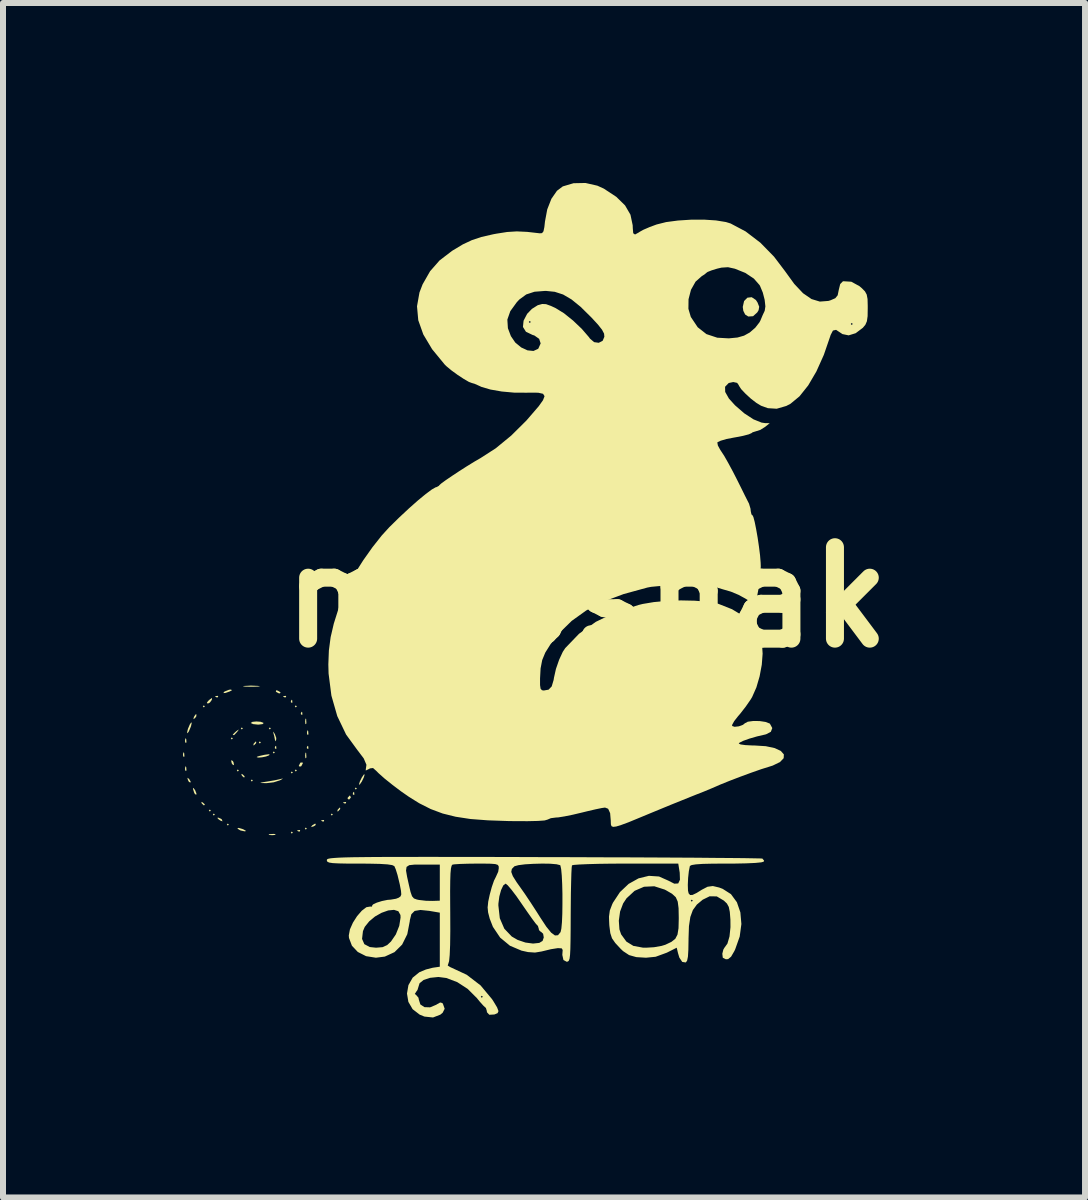
<source format=kicad_pcb>
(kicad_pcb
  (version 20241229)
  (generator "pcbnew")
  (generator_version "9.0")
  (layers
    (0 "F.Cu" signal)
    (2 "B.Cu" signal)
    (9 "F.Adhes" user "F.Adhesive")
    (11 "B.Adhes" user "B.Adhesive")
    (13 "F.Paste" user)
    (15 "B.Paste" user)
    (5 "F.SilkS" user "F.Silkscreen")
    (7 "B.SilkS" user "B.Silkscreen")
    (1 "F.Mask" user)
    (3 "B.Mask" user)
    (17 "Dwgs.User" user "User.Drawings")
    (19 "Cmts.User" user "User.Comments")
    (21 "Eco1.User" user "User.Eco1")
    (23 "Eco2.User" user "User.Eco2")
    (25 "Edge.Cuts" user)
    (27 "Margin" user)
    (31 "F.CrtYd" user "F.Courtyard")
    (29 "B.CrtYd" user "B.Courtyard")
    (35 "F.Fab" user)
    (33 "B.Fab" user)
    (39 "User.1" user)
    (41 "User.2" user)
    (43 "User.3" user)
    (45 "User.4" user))
  (footprint "mooshak"
    (layer "F.Cu")
    (at 6.731 6.906)
    (property "Reference" "mooshak" (at 0 0 0) (layer "F.SilkS") (effects (font (size 1.524 1.524) (thickness 0.3))))
    (attr board_only exclude_from_pos_files exclude_from_bom)
    (fp_poly (pts (xy -6.367 1.819) (xy -6.383 1.836) (xy -6.4 1.819) (xy -6.383 1.802)) (stroke (width 0) (type solid)) (fill yes) (layer "F.SilkS"))
    (fp_poly (pts (xy -6.267 3.555) (xy -6.283 3.571) (xy -6.3 3.555) (xy -6.283 3.538)) (stroke (width 0) (type solid)) (fill yes) (layer "F.SilkS"))
    (fp_poly (pts (xy -6.2 3.621) (xy -6.217 3.638) (xy -6.233 3.621) (xy -6.217 3.605)) (stroke (width 0) (type solid)) (fill yes) (layer "F.SilkS"))
    (fp_poly (pts (xy -5.967 3.788) (xy -5.983 3.805) (xy -6 3.788) (xy -5.983 3.772)) (stroke (width 0) (type solid)) (fill yes) (layer "F.SilkS"))
    (fp_poly (pts (xy -5.9 2.353) (xy -5.917 2.37) (xy -5.933 2.353) (xy -5.917 2.336)) (stroke (width 0) (type solid)) (fill yes) (layer "F.SilkS"))
    (fp_poly (pts (xy -5.8 2.887) (xy -5.817 2.904) (xy -5.833 2.887) (xy -5.817 2.87)) (stroke (width 0) (type solid)) (fill yes) (layer "F.SilkS"))
    (fp_poly (pts (xy -5.733 2.186) (xy -5.75 2.203) (xy -5.767 2.186) (xy -5.75 2.17)) (stroke (width 0) (type solid)) (fill yes) (layer "F.SilkS"))
    (fp_poly (pts (xy -5.567 3.054) (xy -5.583 3.071) (xy -5.6 3.054) (xy -5.583 3.037)) (stroke (width 0) (type solid)) (fill yes) (layer "F.SilkS"))
    (fp_poly (pts (xy -5.433 2.42) (xy -5.45 2.437) (xy -5.467 2.42) (xy -5.45 2.403)) (stroke (width 0) (type solid)) (fill yes) (layer "F.SilkS"))
    (fp_poly (pts (xy -5.267 2.186) (xy -5.283 2.203) (xy -5.3 2.186) (xy -5.283 2.17)) (stroke (width 0) (type solid)) (fill yes) (layer "F.SilkS"))
    (fp_poly (pts (xy -5.2 2.587) (xy -5.217 2.603) (xy -5.233 2.587) (xy -5.217 2.57)) (stroke (width 0) (type solid)) (fill yes) (layer "F.SilkS"))
    (fp_poly (pts (xy -4.9 2.92) (xy -4.917 2.937) (xy -4.933 2.92) (xy -4.917 2.904)) (stroke (width 0) (type solid)) (fill yes) (layer "F.SilkS"))
    (fp_poly (pts (xy -4.9 3.922) (xy -4.917 3.939) (xy -4.933 3.922) (xy -4.917 3.905)) (stroke (width 0) (type solid)) (fill yes) (layer "F.SilkS"))
    (fp_poly (pts (xy -4.833 1.819) (xy -4.85 1.836) (xy -4.867 1.819) (xy -4.85 1.802)) (stroke (width 0) (type solid)) (fill yes) (layer "F.SilkS"))
    (fp_poly (pts (xy -4.833 2.887) (xy -4.85 2.904) (xy -4.867 2.887) (xy -4.85 2.87)) (stroke (width 0) (type solid)) (fill yes) (layer "F.SilkS"))
    (fp_poly (pts (xy -4.667 3.855) (xy -4.683 3.872) (xy -4.7 3.855) (xy -4.683 3.838)) (stroke (width 0) (type solid)) (fill yes) (layer "F.SilkS"))
    (fp_poly (pts (xy -4.233 3.621) (xy -4.25 3.638) (xy -4.267 3.621) (xy -4.25 3.605)) (stroke (width 0) (type solid)) (fill yes) (layer "F.SilkS"))
    (fp_poly (pts (xy -3.833 3.188) (xy -3.85 3.204) (xy -3.867 3.188) (xy -3.85 3.171)) (stroke (width 0) (type solid)) (fill yes) (layer "F.SilkS"))
    (fp_poly (pts (xy -6.711 2.597) (xy -6.707 2.649) (xy -6.713 2.661) (xy -6.728 2.651) (xy -6.731 2.617) (xy -6.723 2.582)) (stroke (width 0) (type solid)) (fill yes) (layer "F.SilkS"))
    (fp_poly (pts (xy -6.677 2.364) (xy -6.673 2.416) (xy -6.68 2.427) (xy -6.695 2.418) (xy -6.697 2.384) (xy -6.689 2.348)) (stroke (width 0) (type solid)) (fill yes) (layer "F.SilkS"))
    (fp_poly (pts (xy -6.677 2.831) (xy -6.673 2.883) (xy -6.68 2.895) (xy -6.695 2.885) (xy -6.697 2.851) (xy -6.689 2.815)) (stroke (width 0) (type solid)) (fill yes) (layer "F.SilkS"))
    (fp_poly (pts (xy -6.144 1.647) (xy -6.149 1.666) (xy -6.167 1.669) (xy -6.194 1.657) (xy -6.189 1.647) (xy -6.149 1.643)) (stroke (width 0) (type solid)) (fill yes) (layer "F.SilkS"))
    (fp_poly (pts (xy -5.178 2.481) (xy -5.174 2.521) (xy -5.178 2.526) (xy -5.198 2.521) (xy -5.2 2.503) (xy -5.188 2.476)) (stroke (width 0) (type solid)) (fill yes) (layer "F.SilkS"))
    (fp_poly (pts (xy -5.011 1.647) (xy -5.016 1.666) (xy -5.033 1.669) (xy -5.061 1.657) (xy -5.056 1.647) (xy -5.016 1.643)) (stroke (width 0) (type solid)) (fill yes) (layer "F.SilkS"))
    (fp_poly (pts (xy -4.911 1.713) (xy -4.907 1.753) (xy -4.911 1.758) (xy -4.931 1.753) (xy -4.933 1.736) (xy -4.921 1.708)) (stroke (width 0) (type solid)) (fill yes) (layer "F.SilkS"))
    (fp_poly (pts (xy -4.778 3.883) (xy -4.782 3.903) (xy -4.8 3.905) (xy -4.827 3.893) (xy -4.822 3.883) (xy -4.783 3.879)) (stroke (width 0) (type solid)) (fill yes) (layer "F.SilkS"))
    (fp_poly (pts (xy -4.744 1.914) (xy -4.74 1.953) (xy -4.744 1.958) (xy -4.764 1.954) (xy -4.767 1.936) (xy -4.754 1.908)) (stroke (width 0) (type solid)) (fill yes) (layer "F.SilkS"))
    (fp_poly (pts (xy -4.678 2.028) (xy -4.674 2.096) (xy -4.678 2.111) (xy -4.69 2.115) (xy -4.695 2.069) (xy -4.689 2.022)) (stroke (width 0) (type solid)) (fill yes) (layer "F.SilkS"))
    (fp_poly (pts (xy -4.678 2.595) (xy -4.674 2.663) (xy -4.678 2.679) (xy -4.69 2.683) (xy -4.695 2.637) (xy -4.689 2.589)) (stroke (width 0) (type solid)) (fill yes) (layer "F.SilkS"))
    (fp_poly (pts (xy -4.644 2.481) (xy -4.64 2.521) (xy -4.644 2.526) (xy -4.664 2.521) (xy -4.667 2.503) (xy -4.654 2.476)) (stroke (width 0) (type solid)) (fill yes) (layer "F.SilkS"))
    (fp_poly (pts (xy -4.644 2.23) (xy -4.64 2.282) (xy -4.647 2.294) (xy -4.662 2.284) (xy -4.664 2.25) (xy -4.656 2.215)) (stroke (width 0) (type solid)) (fill yes) (layer "F.SilkS"))
    (fp_poly (pts (xy -4.378 3.716) (xy -4.382 3.736) (xy -4.4 3.738) (xy -4.427 3.726) (xy -4.422 3.716) (xy -4.383 3.712)) (stroke (width 0) (type solid)) (fill yes) (layer "F.SilkS"))
    (fp_poly (pts (xy -4.011 3.416) (xy -4.016 3.435) (xy -4.033 3.438) (xy -4.061 3.426) (xy -4.056 3.416) (xy -4.016 3.412)) (stroke (width 0) (type solid)) (fill yes) (layer "F.SilkS"))
    (fp_poly (pts (xy -3.878 3.249) (xy -3.874 3.288) (xy -3.878 3.293) (xy -3.898 3.289) (xy -3.9 3.271) (xy -3.888 3.243)) (stroke (width 0) (type solid)) (fill yes) (layer "F.SilkS"))
    (fp_poly (pts (xy -6.634 3.024) (xy -6.629 3.028) (xy -6.603 3.072) (xy -6.606 3.088) (xy -6.631 3.078) (xy -6.648 3.047) (xy -6.658 3.008)) (stroke (width 0) (type solid)) (fill yes) (layer "F.SilkS"))
    (fp_poly (pts (xy -6.529 3.215) (xy -6.507 3.27) (xy -6.509 3.292) (xy -6.532 3.28) (xy -6.546 3.253) (xy -6.565 3.19) (xy -6.557 3.177)) (stroke (width 0) (type solid)) (fill yes) (layer "F.SilkS"))
    (fp_poly (pts (xy -6.51 1.987) (xy -6.529 2.012) (xy -6.557 2.033) (xy -6.55 1.999) (xy -6.548 1.993) (xy -6.521 1.952) (xy -6.506 1.952)) (stroke (width 0) (type solid)) (fill yes) (layer "F.SilkS"))
    (fp_poly (pts (xy -6.405 3.418) (xy -6.37 3.449) (xy -6.367 3.457) (xy -6.382 3.47) (xy -6.415 3.439) (xy -6.42 3.433) (xy -6.424 3.41)) (stroke (width 0) (type solid)) (fill yes) (layer "F.SilkS"))
    (fp_poly (pts (xy -6.09 3.696) (xy -6.083 3.705) (xy -6.072 3.735) (xy -6.103 3.724) (xy -6.133 3.705) (xy -6.159 3.678) (xy -6.144 3.672)) (stroke (width 0) (type solid)) (fill yes) (layer "F.SilkS"))
    (fp_poly (pts (xy -5.901 2.728) (xy -5.888 2.752) (xy -5.88 2.799) (xy -5.902 2.79) (xy -5.918 2.768) (xy -5.928 2.724) (xy -5.924 2.717)) (stroke (width 0) (type solid)) (fill yes) (layer "F.SilkS"))
    (fp_poly (pts (xy -5.738 2.951) (xy -5.703 2.984) (xy -5.71 3.004) (xy -5.715 3.004) (xy -5.743 2.98) (xy -5.753 2.965) (xy -5.757 2.943)) (stroke (width 0) (type solid)) (fill yes) (layer "F.SilkS"))
    (fp_poly (pts (xy -5.152 1.556) (xy -5.105 1.583) (xy -5.113 1.6) (xy -5.131 1.602) (xy -5.177 1.578) (xy -5.183 1.569) (xy -5.178 1.55)) (stroke (width 0) (type solid)) (fill yes) (layer "F.SilkS"))
    (fp_poly (pts (xy -4.516 3.778) (xy -4.526 3.803) (xy -4.557 3.82) (xy -4.596 3.83) (xy -4.58 3.805) (xy -4.576 3.801) (xy -4.532 3.774)) (stroke (width 0) (type solid)) (fill yes) (layer "F.SilkS"))
    (fp_poly (pts (xy -6.249 1.704) (xy -6.253 1.714) (xy -6.283 1.755) (xy -6.318 1.773) (xy -6.333 1.756) (xy -6.311 1.728) (xy -6.283 1.702) (xy -6.246 1.677)) (stroke (width 0) (type solid)) (fill yes) (layer "F.SilkS"))
    (fp_poly (pts (xy -5.913 1.548) (xy -5.95 1.569) (xy -6.021 1.594) (xy -6.057 1.597) (xy -6.047 1.578) (xy -6.033 1.569) (xy -5.962 1.541) (xy -5.933 1.538)) (stroke (width 0) (type solid)) (fill yes) (layer "F.SilkS"))
    (fp_poly (pts (xy -5.81 2.22) (xy -5.829 2.245) (xy -5.878 2.297) (xy -5.899 2.296) (xy -5.9 2.29) (xy -5.877 2.263) (xy -5.842 2.232) (xy -5.802 2.203)) (stroke (width 0) (type solid)) (fill yes) (layer "F.SilkS"))
    (fp_poly (pts (xy -5.74 3.862) (xy -5.717 3.872) (xy -5.679 3.895) (xy -5.7 3.902) (xy -5.771 3.887) (xy -5.8 3.872) (xy -5.826 3.847) (xy -5.802 3.844)) (stroke (width 0) (type solid)) (fill yes) (layer "F.SilkS"))
    (fp_poly (pts (xy -5.51 2.425) (xy -5.517 2.437) (xy -5.548 2.468) (xy -5.554 2.47) (xy -5.556 2.448) (xy -5.55 2.437) (xy -5.519 2.405) (xy -5.513 2.403)) (stroke (width 0) (type solid)) (fill yes) (layer "F.SilkS"))
    (fp_poly (pts (xy -5.191 3.95) (xy -5.19 3.961) (xy -5.242 3.965) (xy -5.25 3.965) (xy -5.302 3.961) (xy -5.297 3.95) (xy -5.291 3.949) (xy -5.218 3.944)) (stroke (width 0) (type solid)) (fill yes) (layer "F.SilkS"))
    (fp_poly (pts (xy -4.736 2.755) (xy -4.733 2.766) (xy -4.758 2.814) (xy -4.767 2.82) (xy -4.797 2.819) (xy -4.8 2.808) (xy -4.776 2.76) (xy -4.767 2.754)) (stroke (width 0) (type solid)) (fill yes) (layer "F.SilkS"))
    (fp_poly (pts (xy -4.11 3.526) (xy -4.117 3.538) (xy -4.148 3.57) (xy -4.154 3.571) (xy -4.156 3.55) (xy -4.15 3.538) (xy -4.119 3.506) (xy -4.113 3.505)) (stroke (width 0) (type solid)) (fill yes) (layer "F.SilkS"))
    (fp_poly (pts (xy -3.934 3.33) (xy -3.933 3.338) (xy -3.959 3.37) (xy -3.969 3.371) (xy -3.989 3.351) (xy -3.983 3.338) (xy -3.953 3.306) (xy -3.948 3.304)) (stroke (width 0) (type solid)) (fill yes) (layer "F.SilkS"))
    (fp_poly (pts (xy -6.585 2.092) (xy -6.596 2.144) (xy -6.602 2.162) (xy -6.634 2.237) (xy -6.656 2.268) (xy -6.662 2.25) (xy -6.649 2.195) (xy -6.618 2.121) (xy -6.595 2.087)) (stroke (width 0) (type solid)) (fill yes) (layer "F.SilkS"))
    (fp_poly (pts (xy -5.217 2.254) (xy -5.2 2.279) (xy -5.176 2.345) (xy -5.178 2.379) (xy -5.193 2.401) (xy -5.197 2.381) (xy -5.209 2.317) (xy -5.219 2.281) (xy -5.231 2.238)) (stroke (width 0) (type solid)) (fill yes) (layer "F.SilkS"))
    (fp_poly (pts (xy -3.702 2.954) (xy -3.718 3.005) (xy -3.75 3.071) (xy -3.783 3.119) (xy -3.798 3.122) (xy -3.798 3.121) (xy -3.782 3.069) (xy -3.75 3.004) (xy -3.717 2.955) (xy -3.702 2.953)) (stroke (width 0) (type solid)) (fill yes) (layer "F.SilkS"))
    (fp_poly (pts (xy -5.48 1.477) (xy -5.476 1.478) (xy -5.444 1.484) (xy -5.473 1.488) (xy -5.555 1.491) (xy -5.583 1.491) (xy -5.681 1.49) (xy -5.729 1.485) (xy -5.72 1.479) (xy -5.709 1.478) (xy -5.599 1.472)) (stroke (width 0) (type solid)) (fill yes) (layer "F.SilkS"))
    (fp_poly (pts (xy -5.438 2.075) (xy -5.391 2.092) (xy -5.387 2.097) (xy -5.404 2.114) (xy -5.469 2.122) (xy -5.485 2.122) (xy -5.561 2.114) (xy -5.599 2.097) (xy -5.6 2.094) (xy -5.572 2.076) (xy -5.508 2.07)) (stroke (width 0) (type solid)) (fill yes) (layer "F.SilkS"))
    (fp_poly (pts (xy -5.287 2.626) (xy -5.3 2.636) (xy -5.347 2.654) (xy -5.412 2.667) (xy -5.471 2.672) (xy -5.501 2.666) (xy -5.497 2.658) (xy -5.458 2.645) (xy -5.381 2.628) (xy -5.367 2.625) (xy -5.296 2.616)) (stroke (width 0) (type solid)) (fill yes) (layer "F.SilkS"))
    (fp_poly (pts (xy -5.099 3.043) (xy -5.117 3.052) (xy -5.219 3.084) (xy -5.336 3.098) (xy -5.35 3.098) (xy -5.425 3.096) (xy -5.443 3.092) (xy -5.401 3.083) (xy -5.317 3.07) (xy -5.205 3.051) (xy -5.112 3.031) (xy -5.083 3.024) (xy -5.064 3.022)) (stroke (width 0) (type solid)) (fill yes) (layer "F.SilkS"))
    (fp_poly (pts (xy 2.818 -4.956) (xy 2.845 -4.916) (xy 2.874 -4.843) (xy 2.864 -4.786) (xy 2.842 -4.749) (xy 2.772 -4.685) (xy 2.692 -4.68) (xy 2.64 -4.713) (xy 2.609 -4.775) (xy 2.6 -4.84) (xy 2.622 -4.938) (xy 2.677 -4.994) (xy 2.749 -5.002)) (stroke (width 0) (type solid)) (fill yes) (layer "F.SilkS"))
    (fp_poly (pts (xy -2.264 4.328) (xy -1.819 4.328) (xy -1.316 4.329) (xy -0.75 4.331) (xy -0.725 4.331) (xy -0.24 4.332) (xy 0.227 4.334) (xy 0.672 4.335) (xy 1.089 4.337) (xy 1.474 4.339) (xy 1.824 4.341) (xy 2.134 4.344) (xy 2.399 4.346) (xy 2.615 4.348) (xy 2.778 4.351) (xy 2.883 4.353) (xy 2.927 4.355) (xy 2.927 4.356) (xy 2.955 4.389) (xy 2.95 4.406) (xy 2.91 4.418) (xy 2.809 4.428) (xy 2.655 4.435) (xy 2.454 4.439) (xy 2.33 4.439) (xy 2.102 4.44) (xy 1.933 4.444) (xy 1.818 4.452) (xy 1.749 4.463) (xy 1.72 4.478) (xy 1.718 4.481) (xy 1.701 4.567) (xy 1.689 4.679) (xy 1.684 4.794) (xy 1.687 4.889) (xy 1.698 4.936) (xy 1.723 4.963) (xy 1.763 4.961) (xy 1.83 4.929) (xy 1.917 4.875) (xy 2.013 4.825) (xy 2.101 4.813) (xy 2.207 4.838) (xy 2.265 4.86) (xy 2.403 4.948) (xy 2.502 5.083) (xy 2.56 5.252) (xy 2.577 5.446) (xy 2.549 5.655) (xy 2.474 5.867) (xy 2.46 5.897) (xy 2.405 5.991) (xy 2.356 6.031) (xy 2.318 6.034) (xy 2.267 6.008) (xy 2.259 5.942) (xy 2.276 5.873) (xy 2.294 5.842) (xy 2.344 5.773) (xy 2.379 5.653) (xy 2.395 5.499) (xy 2.394 5.373) (xy 2.384 5.245) (xy 2.367 5.162) (xy 2.336 5.105) (xy 2.285 5.056) (xy 2.167 4.986) (xy 2.048 4.984) (xy 1.932 5.041) (xy 1.835 5.122) (xy 1.768 5.214) (xy 1.726 5.329) (xy 1.703 5.482) (xy 1.696 5.687) (xy 1.696 5.703) (xy 1.693 5.876) (xy 1.686 5.991) (xy 1.672 6.058) (xy 1.651 6.086) (xy 1.65 6.087) (xy 1.591 6.078) (xy 1.543 6.006) (xy 1.521 5.933) (xy 1.499 5.841) (xy 1.334 5.924) (xy 1.148 5.992) (xy 0.987 6.008) (xy 0.825 5.998) (xy 0.705 5.964) (xy 0.605 5.898) (xy 0.567 5.862) (xy 0.475 5.763) (xy 0.42 5.684) (xy 0.392 5.598) (xy 0.377 5.48) (xy 0.375 5.458) (xy 0.372 5.391) (xy 0.534 5.391) (xy 0.544 5.535) (xy 0.572 5.618) (xy 0.66 5.739) (xy 0.777 5.811) (xy 0.935 5.84) (xy 0.988 5.841) (xy 1.121 5.833) (xy 1.246 5.811) (xy 1.309 5.792) (xy 1.41 5.744) (xy 1.475 5.693) (xy 1.512 5.622) (xy 1.529 5.516) (xy 1.533 5.36) (xy 1.533 5.34) (xy 1.53 5.182) (xy 1.516 5.074) (xy 1.509 5.057) (xy 1.733 5.057) (xy 1.75 5.073) (xy 1.767 5.057) (xy 1.75 5.04) (xy 1.733 5.057) (xy 1.509 5.057) (xy 1.483 4.999) (xy 1.421 4.942) (xy 1.323 4.885) (xy 1.298 4.872) (xy 1.125 4.817) (xy 0.954 4.825) (xy 0.797 4.893) (xy 0.663 5.017) (xy 0.606 5.103) (xy 0.555 5.238) (xy 0.534 5.391) (xy 0.372 5.391) (xy 0.37 5.323) (xy 0.384 5.221) (xy 0.423 5.119) (xy 0.436 5.091) (xy 0.553 4.914) (xy 0.698 4.777) (xy 0.863 4.685) (xy 1.035 4.643) (xy 1.204 4.654) (xy 1.359 4.723) (xy 1.459 4.774) (xy 1.524 4.77) (xy 1.553 4.708) (xy 1.549 4.59) (xy 1.547 4.578) (xy 1.525 4.439) (xy 0.648 4.439) (xy 0.413 4.44) (xy 0.2 4.443) (xy 0.019 4.448) (xy -0.122 4.454) (xy -0.214 4.461) (xy -0.247 4.468) (xy -0.252 4.508) (xy -0.257 4.605) (xy -0.261 4.75) (xy -0.265 4.933) (xy -0.267 5.143) (xy -0.268 5.286) (xy -0.269 5.535) (xy -0.271 5.725) (xy -0.274 5.865) (xy -0.279 5.961) (xy -0.287 6.023) (xy -0.299 6.057) (xy -0.314 6.071) (xy -0.334 6.075) (xy -0.336 6.075) (xy -0.389 6.046) (xy -0.408 5.961) (xy -0.402 5.879) (xy -0.418 5.852) (xy -0.482 5.848) (xy -0.597 5.866) (xy -0.754 5.904) (xy -0.863 5.922) (xy -0.979 5.914) (xy -1.088 5.89) (xy -1.281 5.808) (xy -1.444 5.673) (xy -1.565 5.493) (xy -1.618 5.357) (xy -1.645 5.253) (xy -1.653 5.168) (xy -1.649 5.135) (xy -1.474 5.135) (xy -1.45 5.35) (xy -1.375 5.524) (xy -1.25 5.655) (xy -1.153 5.711) (xy -1.023 5.755) (xy -0.896 5.772) (xy -0.792 5.761) (xy -0.737 5.728) (xy -0.717 5.67) (xy -0.728 5.608) (xy -0.764 5.575) (xy -0.77 5.574) (xy -0.797 5.547) (xy -0.8 5.527) (xy -0.815 5.477) (xy -0.825 5.468) (xy -0.852 5.438) (xy -0.908 5.363) (xy -0.985 5.254) (xy -1.075 5.124) (xy -1.081 5.115) (xy -1.172 4.984) (xy -1.254 4.876) (xy -1.317 4.802) (xy -1.352 4.773) (xy -1.353 4.773) (xy -1.392 4.803) (xy -1.429 4.881) (xy -1.458 4.988) (xy -1.473 5.104) (xy -1.474 5.135) (xy -1.649 5.135) (xy -1.643 5.073) (xy -1.618 4.957) (xy -1.584 4.831) (xy -1.547 4.724) (xy -1.516 4.662) (xy -1.478 4.578) (xy -1.259 4.578) (xy -1.233 4.648) (xy -1.169 4.75) (xy -1.117 4.823) (xy -1.034 4.941) (xy -0.933 5.092) (xy -0.83 5.251) (xy -0.779 5.332) (xy -0.675 5.49) (xy -0.594 5.59) (xy -0.53 5.637) (xy -0.48 5.633) (xy -0.438 5.582) (xy -0.437 5.581) (xy -0.424 5.523) (xy -0.414 5.417) (xy -0.408 5.276) (xy -0.406 5.114) (xy -0.406 4.944) (xy -0.41 4.781) (xy -0.417 4.639) (xy -0.427 4.531) (xy -0.44 4.471) (xy -0.445 4.465) (xy -0.504 4.45) (xy -0.61 4.441) (xy -0.745 4.439) (xy -0.891 4.443) (xy -1.028 4.451) (xy -1.138 4.465) (xy -1.204 4.483) (xy -1.208 4.486) (xy -1.249 4.528) (xy -1.259 4.578) (xy -1.478 4.578) (xy -1.477 4.577) (xy -1.467 4.515) (xy -1.469 4.482) (xy -1.485 4.46) (xy -1.525 4.447) (xy -1.602 4.441) (xy -1.727 4.439) (xy -1.831 4.439) (xy -1.983 4.441) (xy -2.113 4.445) (xy -2.204 4.451) (xy -2.239 4.456) (xy -2.253 4.474) (xy -2.264 4.52) (xy -2.272 4.601) (xy -2.276 4.724) (xy -2.278 4.896) (xy -2.277 5.124) (xy -2.276 5.264) (xy -2.275 5.561) (xy -2.278 5.793) (xy -2.285 5.961) (xy -2.295 6.064) (xy -2.305 6.098) (xy -2.318 6.138) (xy -2.279 6.163) (xy -2.002 6.292) (xy -1.771 6.469) (xy -1.58 6.698) (xy -1.557 6.733) (xy -1.495 6.836) (xy -1.472 6.898) (xy -1.487 6.932) (xy -1.537 6.953) (xy -1.539 6.954) (xy -1.625 6.959) (xy -1.664 6.917) (xy -1.667 6.893) (xy -1.682 6.844) (xy -1.692 6.837) (xy -1.725 6.806) (xy -1.784 6.74) (xy -1.838 6.674) (xy -1.854 6.659) (xy -1.767 6.659) (xy -1.75 6.675) (xy -1.733 6.659) (xy -1.75 6.642) (xy -1.767 6.659) (xy -1.854 6.659) (xy -1.985 6.528) (xy -2.159 6.415) (xy -2.341 6.346) (xy -2.473 6.329) (xy -2.611 6.343) (xy -2.72 6.379) (xy -2.787 6.433) (xy -2.8 6.474) (xy -2.822 6.545) (xy -2.842 6.573) (xy -2.867 6.612) (xy -2.842 6.632) (xy -2.806 6.674) (xy -2.8 6.705) (xy -2.774 6.787) (xy -2.706 6.832) (xy -2.612 6.835) (xy -2.509 6.792) (xy -2.504 6.788) (xy -2.444 6.754) (xy -2.409 6.763) (xy -2.397 6.779) (xy -2.369 6.859) (xy -2.403 6.926) (xy -2.441 6.957) (xy -2.563 7.004) (xy -2.706 6.989) (xy -2.785 6.957) (xy -2.903 6.866) (xy -2.974 6.744) (xy -2.997 6.605) (xy -2.973 6.465) (xy -2.902 6.34) (xy -2.791 6.25) (xy -2.681 6.204) (xy -2.567 6.175) (xy -2.45 6.158) (xy -2.45 5.257) (xy -2.626 5.227) (xy -2.773 5.212) (xy -2.869 5.228) (xy -2.924 5.283) (xy -2.949 5.381) (xy -2.951 5.402) (xy -2.992 5.616) (xy -3.078 5.789) (xy -3.205 5.915) (xy -3.366 5.989) (xy -3.515 6.008) (xy -3.679 5.982) (xy -3.817 5.912) (xy -3.915 5.808) (xy -3.958 5.694) (xy -3.746 5.694) (xy -3.708 5.782) (xy -3.617 5.83) (xy -3.513 5.841) (xy -3.404 5.832) (xy -3.327 5.797) (xy -3.264 5.738) (xy -3.183 5.62) (xy -3.126 5.477) (xy -3.104 5.339) (xy -3.106 5.296) (xy -3.141 5.233) (xy -3.213 5.21) (xy -3.31 5.22) (xy -3.42 5.259) (xy -3.53 5.321) (xy -3.627 5.402) (xy -3.701 5.494) (xy -3.731 5.565) (xy -3.746 5.694) (xy -3.958 5.694) (xy -3.964 5.678) (xy -3.967 5.636) (xy -3.948 5.535) (xy -3.898 5.423) (xy -3.829 5.315) (xy -3.75 5.224) (xy -3.674 5.166) (xy -3.61 5.155) (xy -3.608 5.156) (xy -3.578 5.156) (xy -3.581 5.145) (xy -3.564 5.12) (xy -3.501 5.09) (xy -3.414 5.063) (xy -3.322 5.044) (xy -3.269 5.04) (xy -3.18 5.025) (xy -3.136 5.008) (xy -3.105 4.986) (xy -3.092 4.953) (xy -3.097 4.892) (xy -3.117 4.787) (xy -3.126 4.749) (xy -3.155 4.629) (xy -3.178 4.555) (xy -3.013 4.555) (xy -2.995 4.66) (xy -2.966 4.79) (xy -2.938 4.911) (xy -2.913 4.983) (xy -2.881 5.02) (xy -2.832 5.038) (xy -2.799 5.045) (xy -2.679 5.059) (xy -2.567 5.061) (xy -2.45 5.057) (xy -2.45 4.456) (xy -2.733 4.456) (xy -2.872 4.456) (xy -2.959 4.465) (xy -3.004 4.494) (xy -3.013 4.555) (xy -3.178 4.555) (xy -3.185 4.533) (xy -3.208 4.481) (xy -3.244 4.464) (xy -3.323 4.452) (xy -3.452 4.444) (xy -3.637 4.44) (xy -3.787 4.439) (xy -3.99 4.439) (xy -4.136 4.436) (xy -4.234 4.431) (xy -4.293 4.422) (xy -4.323 4.409) (xy -4.333 4.389) (xy -4.333 4.381) (xy -4.331 4.372) (xy -4.321 4.363) (xy -4.299 4.356) (xy -4.263 4.35) (xy -4.207 4.345) (xy -4.13 4.34) (xy -4.026 4.336) (xy -3.893 4.333) (xy -3.726 4.331) (xy -3.523 4.329) (xy -3.278 4.328) (xy -2.989 4.328) (xy -2.652 4.327)) (stroke (width 0) (type solid)) (fill yes) (layer "F.SilkS"))
    (fp_poly (pts (xy 0.176 -6.861) (xy 0.284 -6.812) (xy 0.492 -6.675) (xy 0.638 -6.532) (xy 0.728 -6.377) (xy 0.765 -6.202) (xy 0.767 -6.15) (xy 0.774 -6.068) (xy 0.804 -6.047) (xy 0.866 -6.081) (xy 0.88 -6.091) (xy 0.943 -6.126) (xy 1.047 -6.171) (xy 1.163 -6.214) (xy 1.322 -6.254) (xy 1.519 -6.28) (xy 1.735 -6.294) (xy 1.953 -6.295) (xy 2.153 -6.282) (xy 2.319 -6.255) (xy 2.397 -6.231) (xy 2.648 -6.098) (xy 2.894 -5.91) (xy 3.121 -5.678) (xy 3.3 -5.442) (xy 3.458 -5.224) (xy 3.605 -5.068) (xy 3.746 -4.971) (xy 3.885 -4.929) (xy 4.027 -4.94) (xy 4.061 -4.95) (xy 4.142 -4.985) (xy 4.182 -5.034) (xy 4.2 -5.123) (xy 4.224 -5.221) (xy 4.267 -5.265) (xy 4.278 -5.268) (xy 4.41 -5.26) (xy 4.545 -5.186) (xy 4.586 -5.151) (xy 4.637 -5.099) (xy 4.666 -5.046) (xy 4.68 -4.972) (xy 4.683 -4.858) (xy 4.683 -4.818) (xy 4.681 -4.686) (xy 4.669 -4.601) (xy 4.644 -4.543) (xy 4.6 -4.49) (xy 4.599 -4.49) (xy 4.482 -4.402) (xy 4.365 -4.366) (xy 4.262 -4.387) (xy 4.229 -4.409) (xy 4.155 -4.458) (xy 4.103 -4.446) (xy 4.064 -4.371) (xy 4.059 -4.354) (xy 3.951 -4.04) (xy 3.827 -3.764) (xy 3.691 -3.532) (xy 3.546 -3.35) (xy 3.396 -3.226) (xy 3.325 -3.189) (xy 3.166 -3.143) (xy 3.019 -3.152) (xy 2.905 -3.193) (xy 2.826 -3.241) (xy 2.734 -3.312) (xy 2.645 -3.394) (xy 2.573 -3.47) (xy 2.536 -3.527) (xy 2.533 -3.537) (xy 2.506 -3.574) (xy 2.442 -3.588) (xy 2.371 -3.573) (xy 2.364 -3.57) (xy 2.305 -3.509) (xy 2.307 -3.423) (xy 2.369 -3.313) (xy 2.47 -3.201) (xy 2.627 -3.065) (xy 2.779 -2.966) (xy 2.913 -2.912) (xy 2.974 -2.903) (xy 3.05 -2.902) (xy 2.967 -2.837) (xy 2.892 -2.79) (xy 2.832 -2.771) (xy 2.764 -2.75) (xy 2.747 -2.737) (xy 2.7 -2.716) (xy 2.605 -2.691) (xy 2.481 -2.667) (xy 2.452 -2.662) (xy 2.328 -2.638) (xy 2.232 -2.61) (xy 2.18 -2.585) (xy 2.176 -2.58) (xy 2.185 -2.53) (xy 2.226 -2.455) (xy 2.243 -2.43) (xy 2.292 -2.355) (xy 2.359 -2.237) (xy 2.436 -2.094) (xy 2.5 -1.969) (xy 2.572 -1.825) (xy 2.634 -1.699) (xy 2.681 -1.606) (xy 2.704 -1.561) (xy 2.729 -1.477) (xy 2.733 -1.436) (xy 2.745 -1.381) (xy 2.761 -1.368) (xy 2.777 -1.338) (xy 2.799 -1.255) (xy 2.823 -1.136) (xy 2.848 -0.993) (xy 2.87 -0.843) (xy 2.888 -0.7) (xy 2.898 -0.577) (xy 2.9 -0.519) (xy 2.895 -0.401) (xy 2.881 -0.268) (xy 2.861 -0.134) (xy 2.839 -0.018) (xy 2.816 0.066) (xy 2.796 0.1) (xy 2.794 0.1) (xy 2.751 0.083) (xy 2.675 0.041) (xy 2.641 0.02) (xy 2.529 -0.041) (xy 2.412 -0.09) (xy 2.392 -0.097) (xy 2.274 -0.131) (xy 2.161 -0.165) (xy 2.156 -0.167) (xy 2.067 -0.182) (xy 1.927 -0.193) (xy 1.755 -0.198) (xy 1.567 -0.199) (xy 1.379 -0.195) (xy 1.209 -0.187) (xy 1.072 -0.174) (xy 1.009 -0.162) (xy 0.615 -0.054) (xy 0.278 0.072) (xy -0.008 0.219) (xy -0.251 0.393) (xy -0.46 0.597) (xy -0.606 0.785) (xy -0.692 0.922) (xy -0.743 1.046) (xy -0.77 1.185) (xy -0.779 1.352) (xy -0.779 1.464) (xy -0.77 1.524) (xy -0.747 1.549) (xy -0.717 1.554) (xy -0.637 1.54) (xy -0.585 1.486) (xy -0.553 1.379) (xy -0.547 1.341) (xy -0.514 1.194) (xy -0.461 1.041) (xy -0.4 0.909) (xy -0.359 0.847) (xy -0.129 0.608) (xy 0.151 0.409) (xy 0.482 0.249) (xy 0.867 0.127) (xy 0.933 0.111) (xy 1.118 0.08) (xy 1.336 0.06) (xy 1.569 0.052) (xy 1.797 0.057) (xy 2.001 0.073) (xy 2.164 0.101) (xy 2.196 0.11) (xy 2.421 0.199) (xy 2.609 0.312) (xy 2.749 0.441) (xy 2.812 0.535) (xy 2.846 0.6) (xy 2.884 0.668) (xy 2.921 0.782) (xy 2.931 0.94) (xy 2.917 1.124) (xy 2.881 1.317) (xy 2.827 1.502) (xy 2.756 1.663) (xy 2.732 1.703) (xy 2.649 1.823) (xy 2.553 1.946) (xy 2.52 1.984) (xy 2.458 2.063) (xy 2.424 2.124) (xy 2.422 2.145) (xy 2.464 2.159) (xy 2.535 2.151) (xy 2.603 2.126) (xy 2.635 2.1) (xy 2.684 2.074) (xy 2.774 2.062) (xy 2.881 2.063) (xy 2.98 2.078) (xy 3.048 2.104) (xy 3.054 2.11) (xy 3.092 2.18) (xy 3.068 2.242) (xy 2.99 2.283) (xy 2.976 2.287) (xy 2.838 2.319) (xy 2.71 2.356) (xy 2.607 2.393) (xy 2.545 2.424) (xy 2.533 2.438) (xy 2.564 2.453) (xy 2.645 2.464) (xy 2.761 2.47) (xy 2.792 2.47) (xy 2.984 2.482) (xy 3.133 2.514) (xy 3.234 2.561) (xy 3.285 2.619) (xy 3.282 2.682) (xy 3.221 2.746) (xy 3.1 2.805) (xy 3.037 2.825) (xy 2.909 2.865) (xy 2.741 2.924) (xy 2.556 2.992) (xy 2.376 3.061) (xy 2.223 3.123) (xy 2.15 3.155) (xy 2.066 3.191) (xy 1.948 3.24) (xy 1.833 3.285) (xy 1.728 3.327) (xy 1.577 3.388) (xy 1.396 3.461) (xy 1.202 3.541) (xy 1.083 3.59) (xy 0.861 3.682) (xy 0.694 3.751) (xy 0.572 3.796) (xy 0.49 3.821) (xy 0.439 3.827) (xy 0.412 3.815) (xy 0.402 3.787) (xy 0.4 3.744) (xy 0.4 3.728) (xy 0.389 3.598) (xy 0.356 3.525) (xy 0.304 3.505) (xy 0.249 3.513) (xy 0.147 3.534) (xy 0.014 3.565) (xy -0.08 3.588) (xy -0.232 3.624) (xy -0.37 3.652) (xy -0.476 3.669) (xy -0.514 3.671) (xy -0.599 3.682) (xy -0.655 3.706) (xy -0.703 3.72) (xy -0.815 3.728) (xy -0.988 3.732) (xy -1.218 3.731) (xy -1.303 3.73) (xy -1.648 3.718) (xy -1.938 3.696) (xy -2.186 3.658) (xy -2.403 3.604) (xy -2.601 3.53) (xy -2.793 3.433) (xy -2.965 3.326) (xy -3.1 3.232) (xy -3.24 3.126) (xy -3.37 3.022) (xy -3.471 2.932) (xy -3.511 2.892) (xy -3.563 2.846) (xy -3.613 2.852) (xy -3.639 2.866) (xy -3.684 2.888) (xy -3.684 2.871) (xy -3.673 2.792) (xy -3.718 2.686) (xy -3.816 2.556) (xy -3.819 2.553) (xy -4.012 2.288) (xy -4.159 1.981) (xy -4.257 1.639) (xy -4.304 1.271) (xy -4.308 1.118) (xy -4.299 0.887) (xy -4.27 0.666) (xy -4.217 0.439) (xy -4.137 0.185) (xy -4.07 0.001) (xy -3.987 -0.181) (xy -3.869 -0.392) (xy -3.727 -0.616) (xy -3.572 -0.835) (xy -3.417 -1.031) (xy -3.292 -1.168) (xy -3.126 -1.331) (xy -2.963 -1.483) (xy -2.814 -1.615) (xy -2.684 -1.722) (xy -2.583 -1.797) (xy -2.518 -1.834) (xy -2.506 -1.836) (xy -2.464 -1.859) (xy -2.461 -1.865) (xy -2.43 -1.894) (xy -2.355 -1.949) (xy -2.248 -2.022) (xy -2.124 -2.104) (xy -1.994 -2.187) (xy -1.872 -2.262) (xy -1.77 -2.321) (xy -1.767 -2.323) (xy -1.517 -2.484) (xy -1.259 -2.696) (xy -1.006 -2.947) (xy -0.801 -3.185) (xy -0.73 -3.285) (xy -0.704 -3.352) (xy -0.729 -3.392) (xy -0.81 -3.41) (xy -0.95 -3.411) (xy -1.001 -3.41) (xy -1.208 -3.411) (xy -1.417 -3.43) (xy -1.606 -3.463) (xy -1.756 -3.507) (xy -1.799 -3.527) (xy -1.871 -3.559) (xy -1.914 -3.571) (xy -1.965 -3.59) (xy -2.051 -3.64) (xy -2.153 -3.707) (xy -2.255 -3.781) (xy -2.338 -3.85) (xy -2.367 -3.878) (xy -2.578 -4.135) (xy -2.725 -4.381) (xy -2.809 -4.618) (xy -2.81 -4.629) (xy -1.324 -4.629) (xy -1.315 -4.485) (xy -1.265 -4.353) (xy -1.192 -4.246) (xy -1.094 -4.165) (xy -0.988 -4.116) (xy -0.889 -4.106) (xy -0.812 -4.141) (xy -0.806 -4.149) (xy -0.769 -4.232) (xy -0.794 -4.308) (xy -0.874 -4.364) (xy -0.904 -4.373) (xy -1.014 -4.426) (xy -1.064 -4.506) (xy -1.056 -4.589) (xy -0.967 -4.589) (xy -0.95 -4.573) (xy -0.933 -4.589) (xy -0.95 -4.606) (xy -0.967 -4.589) (xy -1.056 -4.589) (xy -1.053 -4.612) (xy -0.994 -4.725) (xy -0.915 -4.807) (xy -0.82 -4.867) (xy -0.812 -4.87) (xy -0.743 -4.889) (xy -0.679 -4.886) (xy -0.596 -4.856) (xy -0.519 -4.82) (xy -0.381 -4.735) (xy -0.229 -4.613) (xy -0.083 -4.474) (xy 0.036 -4.336) (xy 0.053 -4.312) (xy 0.122 -4.253) (xy 0.199 -4.242) (xy 0.264 -4.275) (xy 0.293 -4.342) (xy 0.288 -4.395) (xy 0.254 -4.46) (xy 0.185 -4.547) (xy 0.077 -4.664) (xy -0.069 -4.808) (xy 1.694 -4.808) (xy 1.734 -4.673) (xy 1.849 -4.501) (xy 1.994 -4.387) (xy 2.175 -4.327) (xy 2.367 -4.316) (xy 2.512 -4.33) (xy 2.621 -4.361) (xy 2.717 -4.414) (xy 2.808 -4.493) (xy 2.857 -4.556) (xy 4.4 -4.556) (xy 4.417 -4.539) (xy 4.433 -4.556) (xy 4.417 -4.573) (xy 4.4 -4.556) (xy 2.857 -4.556) (xy 2.878 -4.583) (xy 2.894 -4.613) (xy 2.932 -4.704) (xy 2.965 -4.774) (xy 2.966 -4.777) (xy 2.977 -4.849) (xy 2.965 -4.958) (xy 2.934 -5.079) (xy 2.889 -5.187) (xy 2.879 -5.205) (xy 2.785 -5.312) (xy 2.642 -5.407) (xy 2.468 -5.477) (xy 2.354 -5.502) (xy 2.246 -5.495) (xy 2.173 -5.478) (xy 2.079 -5.449) (xy 2.014 -5.423) (xy 2.001 -5.414) (xy 1.96 -5.38) (xy 1.918 -5.354) (xy 1.813 -5.261) (xy 1.737 -5.126) (xy 1.696 -4.968) (xy 1.694 -4.808) (xy -0.069 -4.808) (xy -0.101 -4.84) (xy -0.255 -4.965) (xy -0.395 -5.047) (xy -0.534 -5.092) (xy -0.682 -5.107) (xy -0.692 -5.107) (xy -0.872 -5.093) (xy -1.009 -5.048) (xy -1.125 -4.963) (xy -1.167 -4.918) (xy -1.275 -4.769) (xy -1.324 -4.629) (xy -2.81 -4.629) (xy -2.83 -4.851) (xy -2.789 -5.081) (xy -2.737 -5.216) (xy -2.612 -5.435) (xy -2.455 -5.614) (xy -2.249 -5.772) (xy -2.232 -5.783) (xy -2.067 -5.882) (xy -1.916 -5.953) (xy -1.756 -6.006) (xy -1.56 -6.051) (xy -1.506 -6.061) (xy -1.328 -6.089) (xy -1.167 -6.099) (xy -0.994 -6.091) (xy -0.783 -6.067) (xy -0.746 -6.07) (xy -0.722 -6.1) (xy -0.707 -6.172) (xy -0.697 -6.263) (xy -0.659 -6.466) (xy -0.59 -6.642) (xy -0.497 -6.776) (xy -0.4 -6.849) (xy -0.221 -6.902) (xy -0.022 -6.906)) (stroke (width 0) (type solid)) (fill yes) (layer "F.SilkS")))
  (gr_rect
    (start -3 -3)
    (end 15.036 16.91)
    (stroke (width 0.1) (type default))
    (fill no)
    (layer "Edge.Cuts")))
</source>
